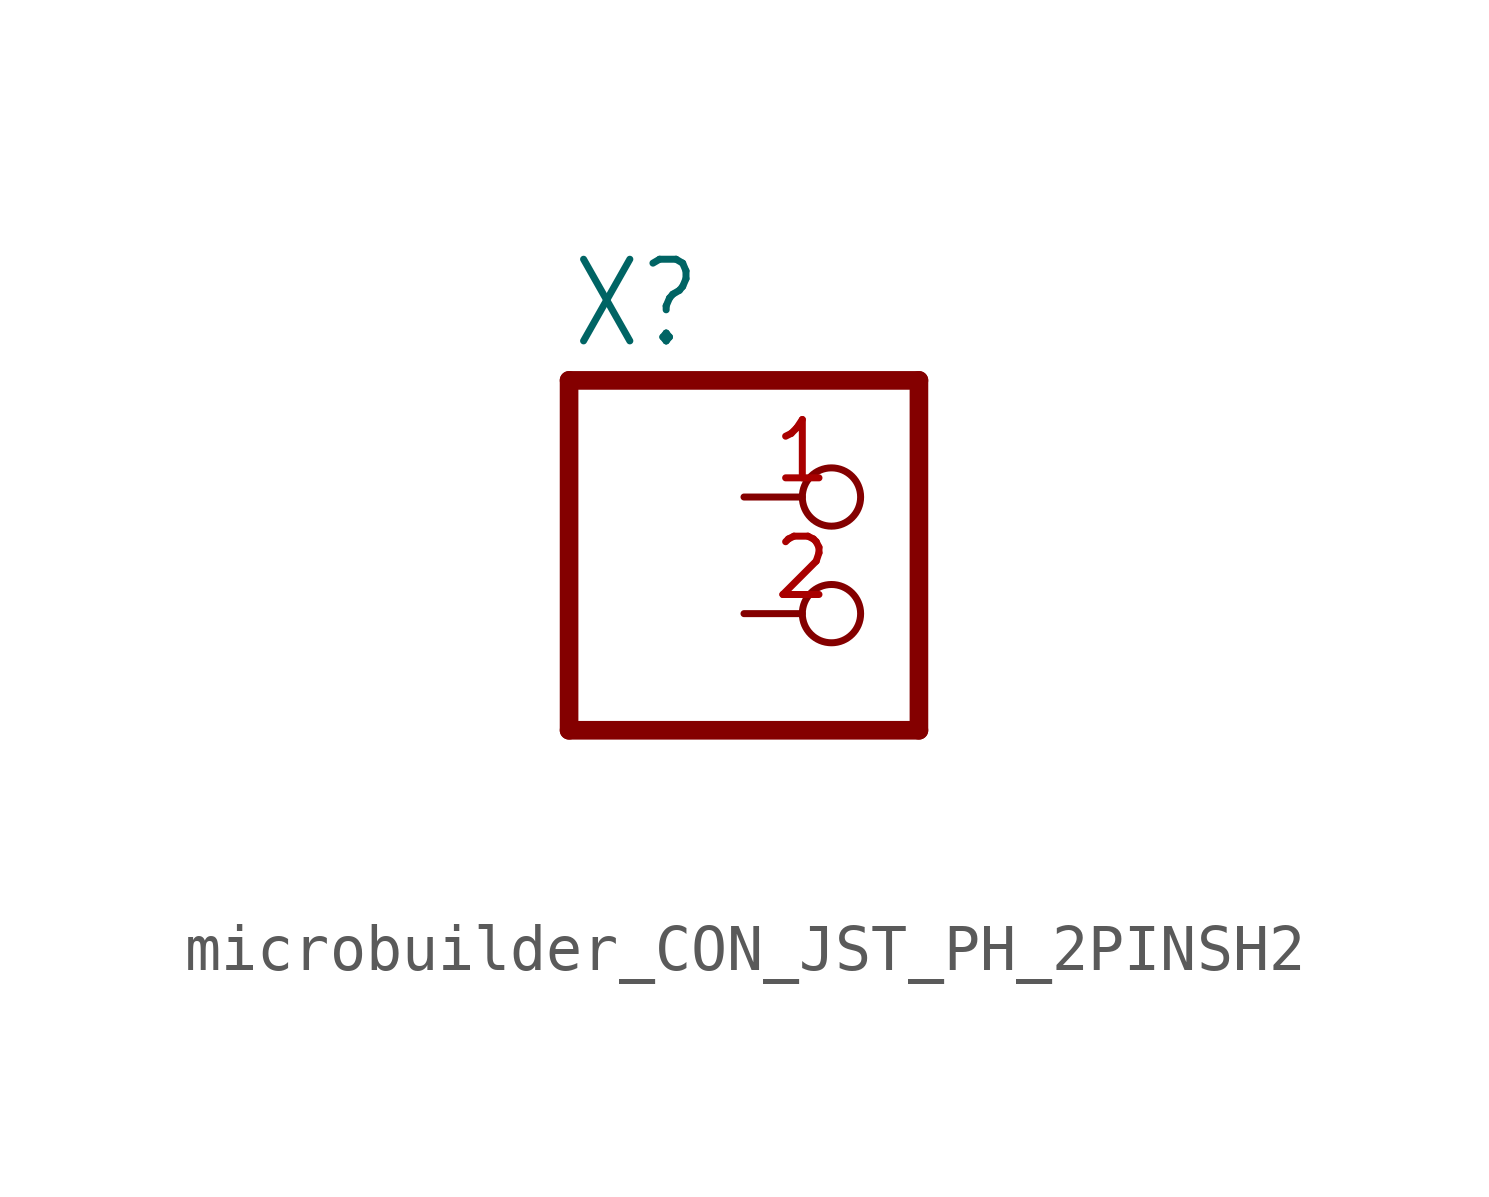
<source format=kicad_sym>
(kicad_symbol_lib
  (version 20231120)
  (generator "kicad_symbol_editor")
  (generator_version "8.0")
  (symbol "microbuilder_CON_JST_PH_2PINSH2"
    (property "Reference" "X"
      (at -6.35 5.715 0)
      (effects (font (size 1.778 1.511)) (justify left bottom)))
    (property "Value" ""
      (at -6.35 -5.08 0)
      (effects (font (size 1.778 1.511)) (justify left bottom)))
    (property "ki_locked" ""
      (at 0 0 0)
      (effects (font (size 1.27 1.27))))
    (symbol "microbuilder_CON_JST_PH_2PINSH2_1_0"
      (polyline (pts (xy -6.35 -2.54) (xy 1.27 -2.54)) (stroke (width 0.406) (type solid)) (fill (type none)))
      (polyline (pts (xy -6.35 5.08) (xy -6.35 -2.54)) (stroke (width 0.406) (type solid)) (fill (type none)))
      (polyline (pts (xy 1.27 -2.54) (xy 1.27 5.08)) (stroke (width 0.406) (type solid)) (fill (type none)))
      (polyline (pts (xy 1.27 5.08) (xy -6.35 5.08)) (stroke (width 0.406) (type solid)) (fill (type none)))
      (pin passive inverted (at -2.54 2.54 0) (length 2.54) (name "1" (effects (font (size 0 0)))) (number "1" (effects (font (size 1.27 1.27)))))
      (pin passive inverted (at -2.54 0 0) (length 2.54) (name "2" (effects (font (size 0 0)))) (number "2" (effects (font (size 1.27 1.27))))))))
</source>
